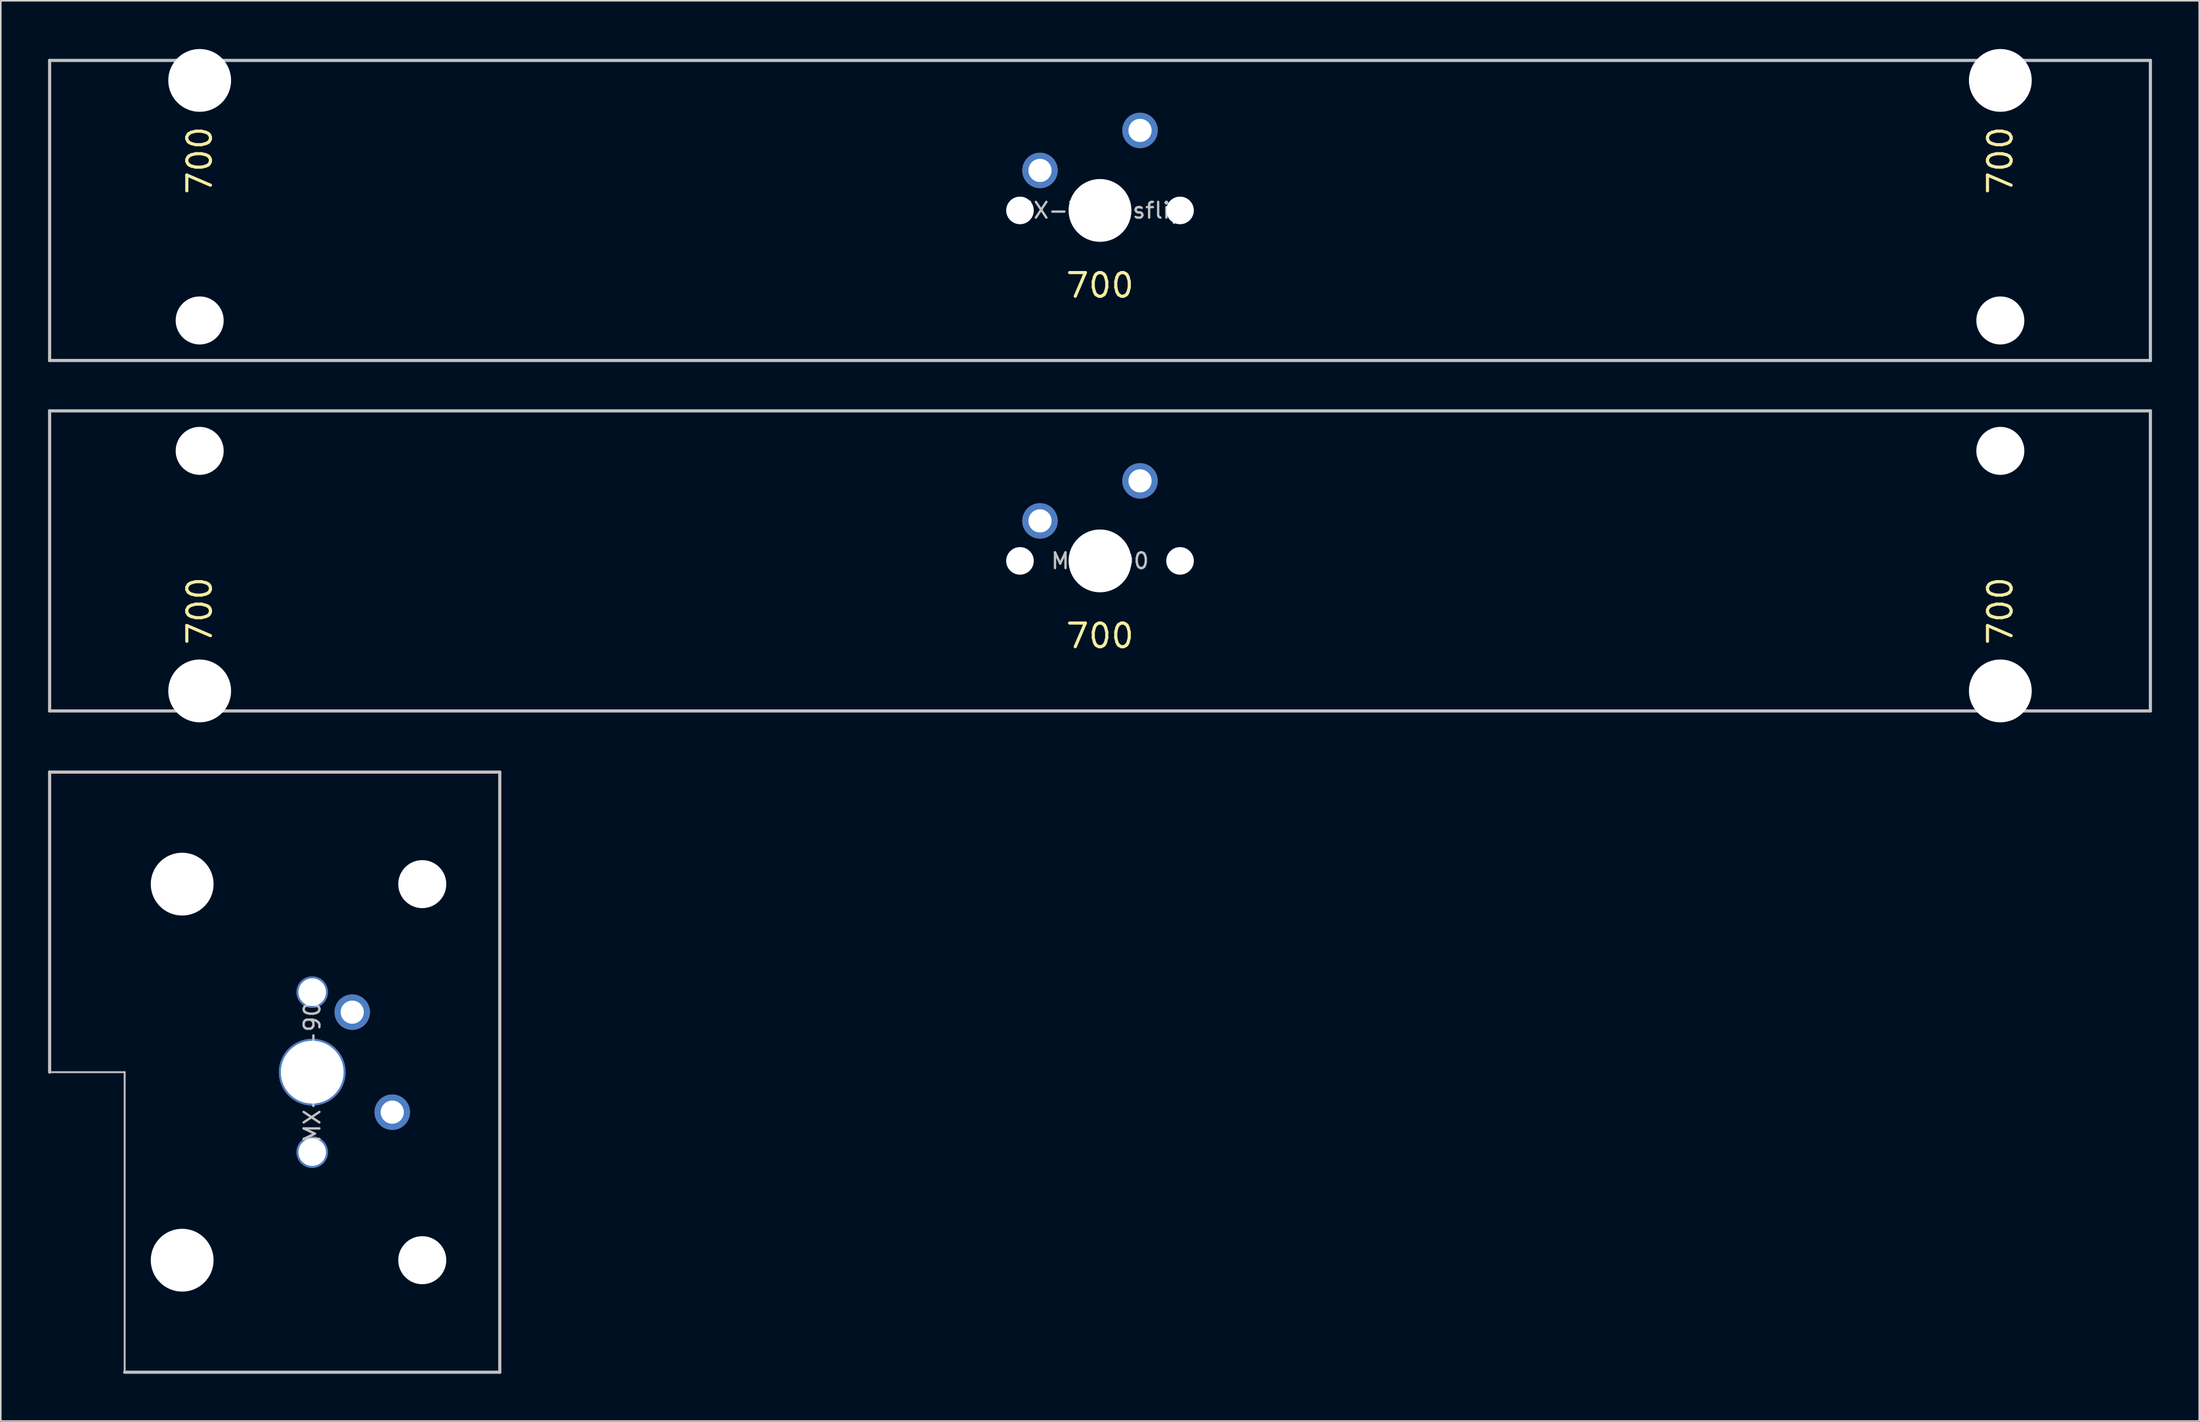
<source format=kicad_pcb>
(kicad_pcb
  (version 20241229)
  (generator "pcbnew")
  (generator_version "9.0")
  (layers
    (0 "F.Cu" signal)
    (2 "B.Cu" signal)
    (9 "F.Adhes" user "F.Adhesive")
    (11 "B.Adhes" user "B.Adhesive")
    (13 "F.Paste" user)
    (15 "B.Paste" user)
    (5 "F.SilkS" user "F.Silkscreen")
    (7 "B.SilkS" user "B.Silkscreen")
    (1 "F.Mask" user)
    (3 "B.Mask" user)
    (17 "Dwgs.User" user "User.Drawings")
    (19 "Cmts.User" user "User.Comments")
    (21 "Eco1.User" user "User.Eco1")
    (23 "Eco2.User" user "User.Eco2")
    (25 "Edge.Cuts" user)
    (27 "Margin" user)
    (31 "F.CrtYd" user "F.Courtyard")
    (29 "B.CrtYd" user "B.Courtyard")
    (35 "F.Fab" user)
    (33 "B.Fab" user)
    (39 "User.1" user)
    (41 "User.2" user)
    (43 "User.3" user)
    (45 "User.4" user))
  (footprint "MX-700"
    (layer "F.Cu")
    (at 66.775 32.56)
    (property "Reference" "MX-700" (at 0 0 0) (layer "Dwgs.User") (effects (font (size 1 1) (thickness 0.15))))
    (attr through_hole)
    (fp_line (start -66.675 9.525) (end -66.675 -9.525) (stroke (width 0.2) (type solid)) (layer "Dwgs.User"))
    (fp_line (start 66.675 -9.525) (end -66.675 -9.525) (stroke (width 0.2) (type solid)) (layer "Dwgs.User"))
    (fp_line (start 66.675 -9.525) (end 66.675 9.525) (stroke (width 0.2) (type solid)) (layer "Dwgs.User"))
    (fp_line (start 66.675 9.525) (end -66.675 9.525) (stroke (width 0.2) (type solid)) (layer "Dwgs.User"))
    (fp_line (start -60.58 -8.95) (end -60.58 10.25) (stroke (width 0.12) (type solid)) (layer "Eco1.User"))
    (fp_line (start -60.58 10.25) (end 60.58 10.25) (stroke (width 0.12) (type solid)) (layer "Eco1.User"))
    (fp_line (start -53.72 -8.95) (end -60.58 -8.95) (stroke (width 0.12) (type solid)) (layer "Eco1.User"))
    (fp_line (start -53.72 7) (end -53.72 -8.95) (stroke (width 0.12) (type solid)) (layer "Eco1.User"))
    (fp_line (start -7 -7) (end -7 7) (stroke (width 0.12) (type solid)) (layer "Eco1.User"))
    (fp_line (start -7 -7) (end 7 -7) (stroke (width 0.12) (type solid)) (layer "Eco1.User"))
    (fp_line (start -7 7) (end -53.72 7) (stroke (width 0.12) (type solid)) (layer "Eco1.User"))
    (fp_line (start 7 -7) (end 7 7) (stroke (width 0.12) (type solid)) (layer "Eco1.User"))
    (fp_line (start 53.72 -8.95) (end 53.72 7) (stroke (width 0.12) (type solid)) (layer "Eco1.User"))
    (fp_line (start 53.72 7) (end 7 7) (stroke (width 0.12) (type solid)) (layer "Eco1.User"))
    (fp_line (start 60.58 -8.95) (end 53.72 -8.95) (stroke (width 0.12) (type solid)) (layer "Eco1.User"))
    (fp_line (start 60.58 10.25) (end 60.58 -8.95) (stroke (width 0.12) (type solid)) (layer "Eco1.User"))
    (fp_circle (center -57.15 -6.985) (end -54.65 -6.985) (stroke (width 0.12) (type solid)) (fill no) (layer "Eco2.User"))
    (fp_circle (center 57.15 -6.985) (end 59.65 -6.985) (stroke (width 0.12) (type solid)) (fill no) (layer "Eco2.User"))
    (fp_text user "700" (at 0 4.763 0) (layer "F.SilkS") (effects (font (size 1.5 1.5) (thickness 0.2))))
    (fp_text user "700" (at -57.15 3.175 90) (layer "F.SilkS") (effects (font (size 1.5 1.5) (thickness 0.2))))
    (fp_text user "700" (at 57.15 3.175 90) (layer "F.SilkS") (effects (font (size 1.5 1.5) (thickness 0.2))))
    (pad "" np_thru_hole circle (at -57.15 -6.985) (size 3.048 3.048) (drill 3.048) (layers "*.Cu" "*.Mask"))
    (pad "" np_thru_hole circle (at -57.15 8.255) (size 3.988 3.988) (drill 3.988) (layers "*.Cu" "*.Mask"))
    (pad "" np_thru_hole circle (at -5.08 0) (size 1.75 1.75) (drill 1.75) (layers "*.Cu" "*.Mask"))
    (pad "" np_thru_hole circle (at 0 0) (size 3.988 3.988) (drill 3.988) (layers "*.Cu" "*.Mask"))
    (pad "" np_thru_hole circle (at 5.08 0) (size 1.75 1.75) (drill 1.75) (layers "*.Cu" "*.Mask"))
    (pad "" np_thru_hole circle (at 57.15 -6.985) (size 3.048 3.048) (drill 3.048) (layers "*.Cu" "*.Mask"))
    (pad "" np_thru_hole circle (at 57.15 8.255) (size 3.988 3.988) (drill 3.988) (layers "*.Cu" "*.Mask"))
    (pad "1" thru_hole circle (at 2.54 -5.08) (size 2.25 2.25) (drill 1.47) (layers "*.Cu" "B.Mask"))
    (pad "2" thru_hole circle (at -3.81 -2.54) (size 2.25 2.25) (drill 1.47) (layers "*.Cu" "B.Mask")))
  (footprint "MX-700-sflip"
    (layer "F.Cu")
    (at 66.775 10.31)
    (property "Reference" "MX-700-sflip" (at 0 0 0) (layer "Dwgs.User") (effects (font (size 1 1) (thickness 0.15))))
    (attr through_hole)
    (fp_line (start -66.675 -9.525) (end 66.675 -9.525) (stroke (width 0.2) (type solid)) (layer "Dwgs.User"))
    (fp_line (start -66.675 9.525) (end -66.675 -9.525) (stroke (width 0.2) (type solid)) (layer "Dwgs.User"))
    (fp_line (start -66.675 9.525) (end 66.675 9.525) (stroke (width 0.2) (type solid)) (layer "Dwgs.User"))
    (fp_line (start 66.675 -9.525) (end 66.675 9.525) (stroke (width 0.2) (type solid)) (layer "Dwgs.User"))
    (fp_line (start -60.58 -10.25) (end -60.58 8.95) (stroke (width 0.12) (type solid)) (layer "Eco1.User"))
    (fp_line (start -60.58 8.95) (end -53.72 8.95) (stroke (width 0.12) (type solid)) (layer "Eco1.User"))
    (fp_line (start -53.72 -7) (end -7 -7) (stroke (width 0.12) (type solid)) (layer "Eco1.User"))
    (fp_line (start -53.72 8.95) (end -53.72 -7) (stroke (width 0.12) (type solid)) (layer "Eco1.User"))
    (fp_line (start -7 7) (end -7 -7) (stroke (width 0.12) (type solid)) (layer "Eco1.User"))
    (fp_line (start 7 -7) (end 53.72 -7) (stroke (width 0.12) (type solid)) (layer "Eco1.User"))
    (fp_line (start 7 7) (end -7 7) (stroke (width 0.12) (type solid)) (layer "Eco1.User"))
    (fp_line (start 7 7) (end 7 -7) (stroke (width 0.12) (type solid)) (layer "Eco1.User"))
    (fp_line (start 53.72 -7) (end 53.72 8.95) (stroke (width 0.12) (type solid)) (layer "Eco1.User"))
    (fp_line (start 53.72 8.95) (end 60.58 8.95) (stroke (width 0.12) (type solid)) (layer "Eco1.User"))
    (fp_line (start 60.58 -10.25) (end -60.58 -10.25) (stroke (width 0.12) (type solid)) (layer "Eco1.User"))
    (fp_line (start 60.58 8.95) (end 60.58 -10.25) (stroke (width 0.12) (type solid)) (layer "Eco1.User"))
    (fp_circle (center -57.15 6.985) (end -59.65 6.985) (stroke (width 0.12) (type solid)) (fill no) (layer "Eco2.User"))
    (fp_circle (center 57.15 6.985) (end 54.65 6.985) (stroke (width 0.12) (type solid)) (fill no) (layer "Eco2.User"))
    (fp_text user "700" (at -57.15 -3.175 270) (layer "F.SilkS") (effects (font (size 1.5 1.5) (thickness 0.2))))
    (fp_text user "700" (at 0 4.763 0) (layer "F.SilkS") (effects (font (size 1.5 1.5) (thickness 0.2))))
    (fp_text user "700" (at 57.15 -3.175 270) (layer "F.SilkS") (effects (font (size 1.5 1.5) (thickness 0.2))))
    (pad "" np_thru_hole circle (at -57.15 -8.255 180) (size 3.988 3.988) (drill 3.988) (layers "*.Cu" "*.Mask"))
    (pad "" np_thru_hole circle (at -57.15 6.985 180) (size 3.048 3.048) (drill 3.048) (layers "*.Cu" "*.Mask"))
    (pad "" np_thru_hole circle (at -5.08 0) (size 1.75 1.75) (drill 1.75) (layers "*.Cu" "*.Mask"))
    (pad "" np_thru_hole circle (at 0 0) (size 3.988 3.988) (drill 3.988) (layers "*.Cu" "*.Mask"))
    (pad "" np_thru_hole circle (at 5.08 0) (size 1.75 1.75) (drill 1.75) (layers "*.Cu" "*.Mask"))
    (pad "" np_thru_hole circle (at 57.15 -8.255 180) (size 3.988 3.988) (drill 3.988) (layers "*.Cu" "*.Mask"))
    (pad "" np_thru_hole circle (at 57.15 6.985 180) (size 3.048 3.048) (drill 3.048) (layers "*.Cu" "*.Mask"))
    (pad "1" thru_hole circle (at 2.54 -5.08) (size 2.25 2.25) (drill 1.47) (layers "*.Cu" "B.Mask"))
    (pad "2" thru_hole circle (at -3.81 -2.54) (size 2.25 2.25) (drill 1.47) (layers "*.Cu" "B.Mask")))
  (footprint "MX-ISO-90"
    (layer "F.Cu")
    (at 16.769 65.02)
    (property "Reference" "MX-ISO-90" (at 0 0 270) (layer "Dwgs.User") (effects (font (size 1 1) (thickness 0.15))))
    (attr through_hole)
    (fp_line (start -16.669 0) (end -16.669 -19.05) (stroke (width 0.2) (type solid)) (layer "Dwgs.User"))
    (fp_line (start -11.906 0) (end -16.669 0) (stroke (width 0.12) (type solid)) (layer "Dwgs.User"))
    (fp_line (start -11.906 19.05) (end -11.906 0) (stroke (width 0.12) (type solid)) (layer "Dwgs.User"))
    (fp_line (start 11.906 -19.05) (end -16.669 -19.05) (stroke (width 0.2) (type solid)) (layer "Dwgs.User"))
    (fp_line (start 11.906 19.05) (end -11.906 19.05) (stroke (width 0.2) (type solid)) (layer "Dwgs.User"))
    (fp_line (start 11.906 19.05) (end 11.906 -19.05) (stroke (width 0.2) (type solid)) (layer "Dwgs.User"))
    (fp_line (start -10.25 -15.368) (end -10.25 15.368) (stroke (width 0.12) (type solid)) (layer "Eco1.User"))
    (fp_line (start -10.25 15.368) (end 8.95 15.368) (stroke (width 0.12) (type solid)) (layer "Eco1.User"))
    (fp_line (start -7 -8.508) (end 8.95 -8.508) (stroke (width 0.12) (type solid)) (layer "Eco1.User"))
    (fp_line (start -7 -7) (end -7 -8.508) (stroke (width 0.12) (type solid)) (layer "Eco1.User"))
    (fp_line (start -7 8.508) (end -7 7) (stroke (width 0.12) (type solid)) (layer "Eco1.User"))
    (fp_line (start 7 -7) (end -7 -7) (stroke (width 0.12) (type solid)) (layer "Eco1.User"))
    (fp_line (start 7 -7) (end 7 7) (stroke (width 0.12) (type solid)) (layer "Eco1.User"))
    (fp_line (start 7 7) (end -7 7) (stroke (width 0.12) (type solid)) (layer "Eco1.User"))
    (fp_line (start 8.95 -15.368) (end -10.25 -15.368) (stroke (width 0.12) (type solid)) (layer "Eco1.User"))
    (fp_line (start 8.95 -8.508) (end 8.95 -15.368) (stroke (width 0.12) (type solid)) (layer "Eco1.User"))
    (fp_line (start 8.95 8.508) (end -7 8.508) (stroke (width 0.12) (type solid)) (layer "Eco1.User"))
    (fp_line (start 8.95 15.368) (end 8.95 8.508) (stroke (width 0.12) (type solid)) (layer "Eco1.User"))
    (fp_circle (center 6.985 -11.938) (end 6.985 -9.438) (stroke (width 0.12) (type solid)) (fill no) (layer "Eco2.User"))
    (fp_circle (center 6.985 11.938) (end 6.985 14.438) (stroke (width 0.12) (type solid)) (fill no) (layer "Eco2.User"))
    (pad "" np_thru_hole circle (at -8.255 -11.938 270) (size 3.988 3.988) (drill 3.988) (layers "*.Cu" "*.Mask"))
    (pad "" np_thru_hole circle (at -8.255 11.938 270) (size 3.988 3.988) (drill 3.988) (layers "*.Cu" "*.Mask"))
    (pad "" thru_hole circle (at 0 -5.08 270) (size 2 2) (drill 1.75) (layers "*.Cu"))
    (pad "" thru_hole circle (at 0 0 270) (size 4.238 4.238) (drill 3.988) (layers "*.Cu"))
    (pad "" thru_hole circle (at 0 5.08 270) (size 2 2) (drill 1.75) (layers "*.Cu"))
    (pad "" np_thru_hole circle (at 6.985 -11.938 270) (size 3.048 3.048) (drill 3.048) (layers "*.Cu" "*.Mask"))
    (pad "" np_thru_hole circle (at 6.985 11.938 270) (size 3.048 3.048) (drill 3.048) (layers "*.Cu" "*.Mask"))
    (pad "1" thru_hole circle (at 5.08 2.54 270) (size 2.25 2.25) (drill 1.47) (layers "*.Cu" "B.Mask"))
    (pad "2" thru_hole circle (at 2.54 -3.81 270) (size 2.25 2.25) (drill 1.47) (layers "*.Cu" "B.Mask")))
  (gr_rect
    (start -3 -3)
    (end 136.55 87.17)
    (stroke (width 0.1) (type default))
    (fill no)
    (layer "Edge.Cuts")))
</source>
